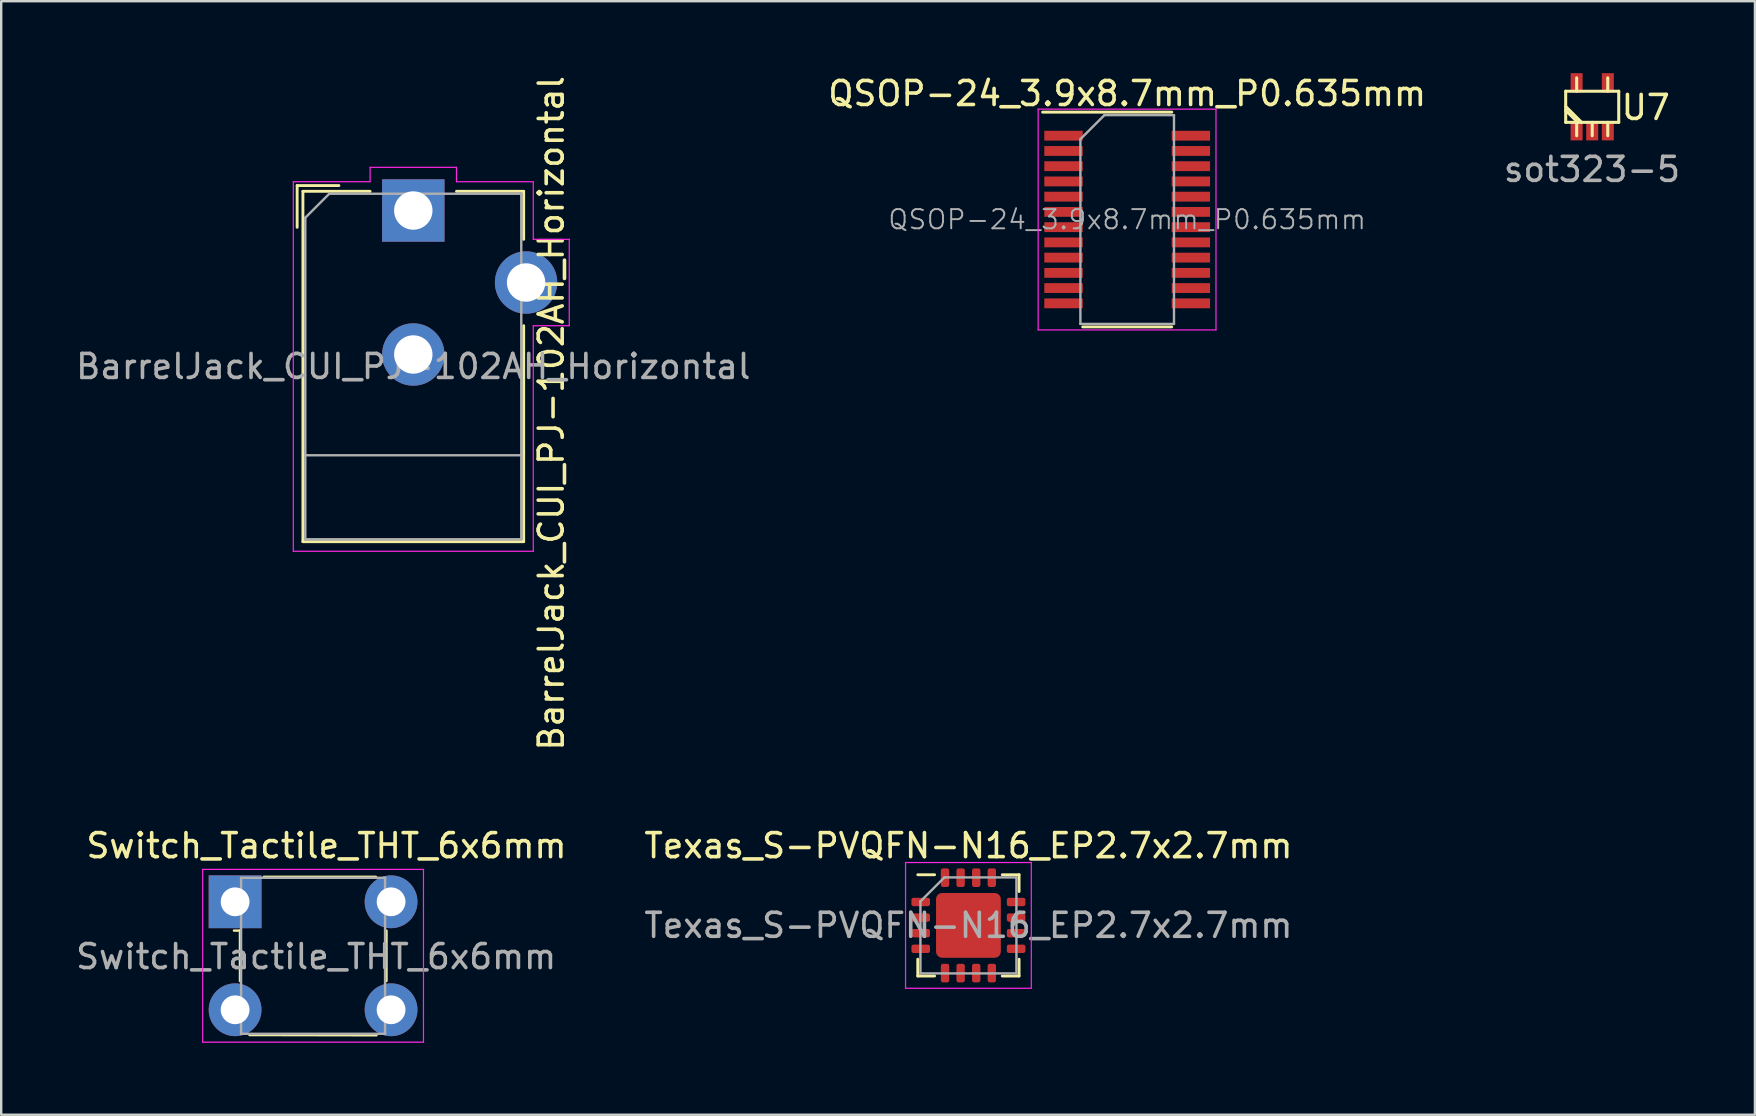
<source format=kicad_pcb>
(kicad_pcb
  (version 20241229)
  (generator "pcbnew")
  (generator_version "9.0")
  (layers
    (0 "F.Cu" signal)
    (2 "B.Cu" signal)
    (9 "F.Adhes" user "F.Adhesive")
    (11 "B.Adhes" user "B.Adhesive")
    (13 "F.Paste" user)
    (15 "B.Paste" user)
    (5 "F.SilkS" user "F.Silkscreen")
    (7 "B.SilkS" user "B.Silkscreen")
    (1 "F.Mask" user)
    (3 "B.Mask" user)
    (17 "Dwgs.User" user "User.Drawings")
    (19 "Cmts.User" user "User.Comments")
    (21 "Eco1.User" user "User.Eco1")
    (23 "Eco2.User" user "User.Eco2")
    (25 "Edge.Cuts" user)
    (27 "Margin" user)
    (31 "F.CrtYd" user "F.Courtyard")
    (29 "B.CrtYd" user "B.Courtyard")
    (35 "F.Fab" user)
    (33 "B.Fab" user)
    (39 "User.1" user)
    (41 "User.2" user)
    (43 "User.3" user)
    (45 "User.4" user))
  (footprint "Switch_Tactile_THT_6x6mm"
    (layer "F.Cu")
    (at 6.747 34.53)
    (property "Reference" "Switch_Tactile_THT_6x6mm" (at 3.81 -2.337 0) (layer "F.SilkS") (effects (font (size 1 1) (thickness 0.15))))
    (attr through_hole)
    (fp_line (start 0.203 1.194) (end 0.203 3.302) (stroke (width 0.1) (type solid)) (layer "F.SilkS"))
    (fp_line (start 0.203 1.2) (end -0.047 1.2) (stroke (width 0.1) (type solid)) (layer "F.SilkS"))
    (fp_line (start 1.2 -1.041) (end 5.867 -1.041) (stroke (width 0.1) (type solid)) (layer "F.SilkS"))
    (fp_line (start 5.893 5.563) (end 0.6 5.553) (stroke (width 0.1) (type solid)) (layer "F.SilkS"))
    (fp_line (start 6.309 1.205) (end 6.309 3.3) (stroke (width 0.1) (type solid)) (layer "F.SilkS"))
    (fp_line (start -1.35 -1.35) (end -1.35 5.85) (stroke (width 0.05) (type solid)) (layer "F.CrtYd"))
    (fp_line (start 7.85 -1.35) (end -1.35 -1.35) (stroke (width 0.05) (type solid)) (layer "F.CrtYd"))
    (fp_line (start 7.85 -1.35) (end 7.85 5.85) (stroke (width 0.05) (type solid)) (layer "F.CrtYd"))
    (fp_line (start 7.85 5.85) (end -1.35 5.85) (stroke (width 0.05) (type solid)) (layer "F.CrtYd"))
    (fp_line (start 0.25 -1) (end 0.25 5.5) (stroke (width 0.1) (type solid)) (layer "F.Fab"))
    (fp_line (start 0.25 -1) (end 6.25 -1) (stroke (width 0.1) (type solid)) (layer "F.Fab"))
    (fp_line (start 6.25 -1) (end 6.25 5.5) (stroke (width 0.1) (type solid)) (layer "F.Fab"))
    (fp_line (start 6.25 5.5) (end 0.25 5.5) (stroke (width 0.1) (type solid)) (layer "F.Fab"))
    (fp_text user "${REFERENCE}" (at 3.378 2.286 0) (layer "F.Fab") (effects (font (size 1 1) (thickness 0.15))))
    (pad "1" thru_hole rect (at 0 0) (size 2.2 2.2) (drill 1.2) (layers "*.Cu" "*.Mask"))
    (pad "2" thru_hole circle (at 6.5 0) (size 2.2 2.2) (drill 1.2) (layers "*.Cu" "*.Mask"))
    (pad "3" thru_hole circle (at 0 4.5) (size 2.2 2.2) (drill 1.2) (layers "*.Cu" "*.Mask"))
    (pad "4" thru_hole circle (at 6.5 4.5) (size 2.2 2.2) (drill 1.2) (layers "*.Cu" "*.Mask")))
  (footprint "Texas_S-PVQFN-N16_EP2.7x2.7mm"
    (layer "F.Cu")
    (at 37.307 35.513)
    (property "Reference" "Texas_S-PVQFN-N16_EP2.7x2.7mm" (at 0 -3.32 0) (layer "F.SilkS") (effects (font (size 1 1) (thickness 0.15))))
    (attr smd)
    (fp_line (start -2.11 2.11) (end -2.11 1.41) (stroke (width 0.12) (type solid)) (layer "F.SilkS"))
    (fp_line (start -1.41 -2.11) (end -2.11 -2.11) (stroke (width 0.12) (type solid)) (layer "F.SilkS"))
    (fp_line (start -1.41 2.11) (end -2.11 2.11) (stroke (width 0.12) (type solid)) (layer "F.SilkS"))
    (fp_line (start 1.41 -2.11) (end 2.11 -2.11) (stroke (width 0.12) (type solid)) (layer "F.SilkS"))
    (fp_line (start 1.41 2.11) (end 2.11 2.11) (stroke (width 0.12) (type solid)) (layer "F.SilkS"))
    (fp_line (start 2.11 -2.11) (end 2.11 -1.41) (stroke (width 0.12) (type solid)) (layer "F.SilkS"))
    (fp_line (start 2.11 2.11) (end 2.11 1.41) (stroke (width 0.12) (type solid)) (layer "F.SilkS"))
    (fp_line (start -2.62 -2.62) (end -2.62 2.62) (stroke (width 0.05) (type solid)) (layer "F.CrtYd"))
    (fp_line (start -2.62 2.62) (end 2.62 2.62) (stroke (width 0.05) (type solid)) (layer "F.CrtYd"))
    (fp_line (start 2.62 -2.62) (end -2.62 -2.62) (stroke (width 0.05) (type solid)) (layer "F.CrtYd"))
    (fp_line (start 2.62 2.62) (end 2.62 -2.62) (stroke (width 0.05) (type solid)) (layer "F.CrtYd"))
    (fp_line (start -2 -1) (end -1 -2) (stroke (width 0.1) (type solid)) (layer "F.Fab"))
    (fp_line (start -2 2) (end -2 -1) (stroke (width 0.1) (type solid)) (layer "F.Fab"))
    (fp_line (start -1 -2) (end 2 -2) (stroke (width 0.1) (type solid)) (layer "F.Fab"))
    (fp_line (start 2 -2) (end 2 2) (stroke (width 0.1) (type solid)) (layer "F.Fab"))
    (fp_line (start 2 2) (end -2 2) (stroke (width 0.1) (type solid)) (layer "F.Fab"))
    (fp_text user "${REFERENCE}" (at 0 0 0) (layer "F.Fab") (effects (font (size 1 1) (thickness 0.15))))
    (pad "" smd roundrect (at -0.9 -0.9) (size 0.73 0.73) (layers "F.Paste") (roundrect_rratio 0.25))
    (pad "" smd roundrect (at -0.9 0) (size 0.73 0.73) (layers "F.Paste") (roundrect_rratio 0.25))
    (pad "" smd roundrect (at -0.9 0.9) (size 0.73 0.73) (layers "F.Paste") (roundrect_rratio 0.25))
    (pad "" smd roundrect (at 0 -0.9) (size 0.73 0.73) (layers "F.Paste") (roundrect_rratio 0.25))
    (pad "" smd roundrect (at 0 0) (size 0.73 0.73) (layers "F.Paste") (roundrect_rratio 0.25))
    (pad "" smd roundrect (at 0 0.9) (size 0.73 0.73) (layers "F.Paste") (roundrect_rratio 0.25))
    (pad "" smd roundrect (at 0.9 -0.9) (size 0.73 0.73) (layers "F.Paste") (roundrect_rratio 0.25))
    (pad "" smd roundrect (at 0.9 0) (size 0.73 0.73) (layers "F.Paste") (roundrect_rratio 0.25))
    (pad "" smd roundrect (at 0.9 0.9) (size 0.73 0.73) (layers "F.Paste") (roundrect_rratio 0.25))
    (pad "1" smd roundrect (at -1.988 -0.975) (size 0.775 0.35) (layers "F.Cu" "F.Mask" "F.Paste") (roundrect_rratio 0.25))
    (pad "2" smd roundrect (at -1.988 -0.325) (size 0.775 0.35) (layers "F.Cu" "F.Mask" "F.Paste") (roundrect_rratio 0.25))
    (pad "3" smd roundrect (at -1.988 0.325) (size 0.775 0.35) (layers "F.Cu" "F.Mask" "F.Paste") (roundrect_rratio 0.25))
    (pad "4" smd roundrect (at -1.988 0.975) (size 0.775 0.35) (layers "F.Cu" "F.Mask" "F.Paste") (roundrect_rratio 0.25))
    (pad "5" smd roundrect (at -0.975 1.988) (size 0.35 0.775) (layers "F.Cu" "F.Mask" "F.Paste") (roundrect_rratio 0.25))
    (pad "6" smd roundrect (at -0.325 1.988) (size 0.35 0.775) (layers "F.Cu" "F.Mask" "F.Paste") (roundrect_rratio 0.25))
    (pad "7" smd roundrect (at 0.325 1.988) (size 0.35 0.775) (layers "F.Cu" "F.Mask" "F.Paste") (roundrect_rratio 0.25))
    (pad "8" smd roundrect (at 0.975 1.988) (size 0.35 0.775) (layers "F.Cu" "F.Mask" "F.Paste") (roundrect_rratio 0.25))
    (pad "9" smd roundrect (at 1.988 0.975) (size 0.775 0.35) (layers "F.Cu" "F.Mask" "F.Paste") (roundrect_rratio 0.25))
    (pad "10" smd roundrect (at 1.988 0.325) (size 0.775 0.35) (layers "F.Cu" "F.Mask" "F.Paste") (roundrect_rratio 0.25))
    (pad "11" smd roundrect (at 1.988 -0.325) (size 0.775 0.35) (layers "F.Cu" "F.Mask" "F.Paste") (roundrect_rratio 0.25))
    (pad "12" smd roundrect (at 1.988 -0.975) (size 0.775 0.35) (layers "F.Cu" "F.Mask" "F.Paste") (roundrect_rratio 0.25))
    (pad "13" smd roundrect (at 0.975 -1.988) (size 0.35 0.775) (layers "F.Cu" "F.Mask" "F.Paste") (roundrect_rratio 0.25))
    (pad "14" smd roundrect (at 0.325 -1.988) (size 0.35 0.775) (layers "F.Cu" "F.Mask" "F.Paste") (roundrect_rratio 0.25))
    (pad "15" smd roundrect (at -0.325 -1.988) (size 0.35 0.775) (layers "F.Cu" "F.Mask" "F.Paste") (roundrect_rratio 0.25))
    (pad "16" smd roundrect (at -0.975 -1.988) (size 0.35 0.775) (layers "F.Cu" "F.Mask" "F.Paste") (roundrect_rratio 0.25))
    (pad "17" smd roundrect (at 0 0) (size 2.7 2.7) (layers "F.Cu" "F.Mask") (roundrect_rratio 0.093)))
  (footprint "QSOP-24_3.9x8.7mm_P0.635mm"
    (layer "F.Cu")
    (at 43.923 6.098)
    (property "Reference" "QSOP-24_3.9x8.7mm_P0.635mm" (at 0 -5.25 0) (layer "F.SilkS") (effects (font (size 1 1) (thickness 0.15))))
    (attr smd)
    (fp_line (start -3.525 -4.475) (end 1.859 -4.475) (stroke (width 0.12) (type solid)) (layer "F.SilkS"))
    (fp_line (start -1.854 4.475) (end 1.854 4.475) (stroke (width 0.12) (type solid)) (layer "F.SilkS"))
    (fp_line (start -3.71 -4.6) (end -3.71 4.6) (stroke (width 0.05) (type solid)) (layer "F.CrtYd"))
    (fp_line (start -3.71 -4.6) (end 3.7 -4.6) (stroke (width 0.05) (type solid)) (layer "F.CrtYd"))
    (fp_line (start -3.71 4.6) (end 3.7 4.6) (stroke (width 0.05) (type solid)) (layer "F.CrtYd"))
    (fp_line (start 3.7 -4.6) (end 3.7 4.6) (stroke (width 0.05) (type solid)) (layer "F.CrtYd"))
    (fp_line (start -1.95 -3.35) (end -0.95 -4.35) (stroke (width 0.1) (type solid)) (layer "F.Fab"))
    (fp_line (start -1.95 4.35) (end -1.95 -3.35) (stroke (width 0.1) (type solid)) (layer "F.Fab"))
    (fp_line (start -0.95 -4.35) (end 1.95 -4.35) (stroke (width 0.1) (type solid)) (layer "F.Fab"))
    (fp_line (start 1.95 -4.35) (end 1.95 4.35) (stroke (width 0.1) (type solid)) (layer "F.Fab"))
    (fp_line (start 1.95 4.35) (end -1.95 4.35) (stroke (width 0.1) (type solid)) (layer "F.Fab"))
    (fp_text user "${REFERENCE}" (at 0 0 0) (layer "F.Fab") (effects (font (size 0.8 0.8) (thickness 0.08))))
    (pad "1" smd rect (at -2.654 -3.493) (size 1.6 0.41) (layers "F.Cu" "F.Mask" "F.Paste"))
    (pad "2" smd rect (at -2.654 -2.857) (size 1.6 0.41) (layers "F.Cu" "F.Mask" "F.Paste"))
    (pad "3" smd rect (at -2.654 -2.223) (size 1.6 0.41) (layers "F.Cu" "F.Mask" "F.Paste"))
    (pad "4" smd rect (at -2.654 -1.587) (size 1.6 0.41) (layers "F.Cu" "F.Mask" "F.Paste"))
    (pad "5" smd rect (at -2.654 -0.953) (size 1.6 0.41) (layers "F.Cu" "F.Mask" "F.Paste"))
    (pad "6" smd rect (at -2.654 -0.318) (size 1.6 0.41) (layers "F.Cu" "F.Mask" "F.Paste"))
    (pad "7" smd rect (at -2.654 0.318) (size 1.6 0.41) (layers "F.Cu" "F.Mask" "F.Paste"))
    (pad "8" smd rect (at -2.654 0.953) (size 1.6 0.41) (layers "F.Cu" "F.Mask" "F.Paste"))
    (pad "9" smd rect (at -2.654 1.587) (size 1.6 0.41) (layers "F.Cu" "F.Mask" "F.Paste"))
    (pad "10" smd rect (at -2.654 2.223) (size 1.6 0.41) (layers "F.Cu" "F.Mask" "F.Paste"))
    (pad "11" smd rect (at -2.654 2.857) (size 1.6 0.41) (layers "F.Cu" "F.Mask" "F.Paste"))
    (pad "12" smd rect (at -2.654 3.493) (size 1.6 0.41) (layers "F.Cu" "F.Mask" "F.Paste"))
    (pad "13" smd rect (at 2.654 3.493) (size 1.6 0.41) (layers "F.Cu" "F.Mask" "F.Paste"))
    (pad "14" smd rect (at 2.654 2.857) (size 1.6 0.41) (layers "F.Cu" "F.Mask" "F.Paste"))
    (pad "15" smd rect (at 2.654 2.223) (size 1.6 0.41) (layers "F.Cu" "F.Mask" "F.Paste"))
    (pad "16" smd rect (at 2.654 1.587) (size 1.6 0.41) (layers "F.Cu" "F.Mask" "F.Paste"))
    (pad "17" smd rect (at 2.654 0.953) (size 1.6 0.41) (layers "F.Cu" "F.Mask" "F.Paste"))
    (pad "18" smd rect (at 2.654 0.318) (size 1.6 0.41) (layers "F.Cu" "F.Mask" "F.Paste"))
    (pad "19" smd rect (at 2.654 -0.318) (size 1.6 0.41) (layers "F.Cu" "F.Mask" "F.Paste"))
    (pad "20" smd rect (at 2.654 -0.953) (size 1.6 0.41) (layers "F.Cu" "F.Mask" "F.Paste"))
    (pad "21" smd rect (at 2.654 -1.587) (size 1.6 0.41) (layers "F.Cu" "F.Mask" "F.Paste"))
    (pad "22" smd rect (at 2.654 -2.223) (size 1.6 0.41) (layers "F.Cu" "F.Mask" "F.Paste"))
    (pad "23" smd rect (at 2.654 -2.857) (size 1.6 0.41) (layers "F.Cu" "F.Mask" "F.Paste"))
    (pad "24" smd rect (at 2.654 -3.493) (size 1.6 0.41) (layers "F.Cu" "F.Mask" "F.Paste")))
  (footprint "sot323-5"
    (layer "F.Cu")
    (at 63.302 1.4)
    (property "Reference" "sot323-5" (at -0.01 2.61 0) (layer "F.Fab") (effects (font (size 1 1) (thickness 0.15))))
    (attr through_hole)
    (fp_line (start -1.105 -0.648) (end 1.105 -0.648) (stroke (width 0.127) (type solid)) (layer "F.SilkS"))
    (fp_line (start -1.105 0.648) (end -1.105 -0.648) (stroke (width 0.127) (type solid)) (layer "F.SilkS"))
    (fp_line (start -0.648 -0.648) (end -0.648 -1.206) (stroke (width 0.127) (type solid)) (layer "F.SilkS"))
    (fp_line (start -0.648 0.648) (end -0.648 1.206) (stroke (width 0.127) (type solid)) (layer "F.SilkS"))
    (fp_line (start -0.597 0.648) (end -1.105 0.152) (stroke (width 0.127) (type solid)) (layer "F.SilkS"))
    (fp_line (start -0.445 0.648) (end -1.105 -0.013) (stroke (width 0.127) (type solid)) (layer "F.SilkS"))
    (fp_line (start 0 0.648) (end 0 1.206) (stroke (width 0.127) (type solid)) (layer "F.SilkS"))
    (fp_line (start 0.648 -0.648) (end 0.648 -1.206) (stroke (width 0.127) (type solid)) (layer "F.SilkS"))
    (fp_line (start 0.648 0.648) (end 0.648 1.206) (stroke (width 0.127) (type solid)) (layer "F.SilkS"))
    (fp_line (start 1.105 -0.648) (end 1.105 0.648) (stroke (width 0.127) (type solid)) (layer "F.SilkS"))
    (fp_line (start 1.105 0.648) (end -1.105 0.648) (stroke (width 0.127) (type solid)) (layer "F.SilkS"))
    (fp_text user "U7" (at 2.23 0.03 0) (layer "F.SilkS") (effects (font (size 1 1) (thickness 0.15))))
    (pad "1" smd rect (at -0.65 1) (size 0.5 0.8) (layers "F.Cu" "F.Mask" "F.Paste"))
    (pad "2" smd rect (at 0 1) (size 0.5 0.8) (layers "F.Cu" "F.Mask" "F.Paste"))
    (pad "3" smd rect (at 0.65 1) (size 0.5 0.8) (layers "F.Cu" "F.Mask" "F.Paste"))
    (pad "4" smd rect (at 0.65 -1) (size 0.5 0.8) (layers "F.Cu" "F.Mask" "F.Paste"))
    (pad "5" smd rect (at -0.65 -1) (size 0.5 0.8) (layers "F.Cu" "F.Mask" "F.Paste")))
  (footprint "BarrelJack_CUI_PJ-102AH_Horizontal"
    (layer "F.Cu")
    (at 14.173 5.723)
    (property "Reference" "BarrelJack_CUI_PJ-102AH_Horizontal" (at 5.75 8.45 90) (layer "F.SilkS") (effects (font (size 1 1) (thickness 0.15))))
    (attr through_hole)
    (fp_line (start -4.84 -1.04) (end -3.1 -1.04) (stroke (width 0.12) (type solid)) (layer "F.SilkS"))
    (fp_line (start -4.84 0.7) (end -4.84 -1.04) (stroke (width 0.12) (type solid)) (layer "F.SilkS"))
    (fp_line (start -4.6 -0.8) (end -1.8 -0.8) (stroke (width 0.12) (type solid)) (layer "F.SilkS"))
    (fp_line (start -4.6 13.8) (end -4.6 -0.8) (stroke (width 0.12) (type solid)) (layer "F.SilkS"))
    (fp_line (start 1.8 -0.8) (end 4.6 -0.8) (stroke (width 0.12) (type solid)) (layer "F.SilkS"))
    (fp_line (start 4.6 -0.8) (end 4.6 1.2) (stroke (width 0.12) (type solid)) (layer "F.SilkS"))
    (fp_line (start 4.6 4.8) (end 4.6 13.8) (stroke (width 0.12) (type solid)) (layer "F.SilkS"))
    (fp_line (start 4.6 13.8) (end -4.6 13.8) (stroke (width 0.12) (type solid)) (layer "F.SilkS"))
    (fp_line (start -5 -1.2) (end -1.8 -1.2) (stroke (width 0.05) (type solid)) (layer "F.CrtYd"))
    (fp_line (start -5 14.2) (end -5 -1.2) (stroke (width 0.05) (type solid)) (layer "F.CrtYd"))
    (fp_line (start -1.8 -1.8) (end 1.8 -1.8) (stroke (width 0.05) (type solid)) (layer "F.CrtYd"))
    (fp_line (start -1.8 -1.2) (end -1.8 -1.8) (stroke (width 0.05) (type solid)) (layer "F.CrtYd"))
    (fp_line (start 1.8 -1.8) (end 1.8 -1.2) (stroke (width 0.05) (type solid)) (layer "F.CrtYd"))
    (fp_line (start 1.8 -1.2) (end 5 -1.2) (stroke (width 0.05) (type solid)) (layer "F.CrtYd"))
    (fp_line (start 5 -1.2) (end 5 1.2) (stroke (width 0.05) (type solid)) (layer "F.CrtYd"))
    (fp_line (start 5 1.2) (end 6.5 1.2) (stroke (width 0.05) (type solid)) (layer "F.CrtYd"))
    (fp_line (start 5 4.8) (end 5 14.2) (stroke (width 0.05) (type solid)) (layer "F.CrtYd"))
    (fp_line (start 5 14.2) (end -5 14.2) (stroke (width 0.05) (type solid)) (layer "F.CrtYd"))
    (fp_line (start 6.5 1.2) (end 6.5 4.8) (stroke (width 0.05) (type solid)) (layer "F.CrtYd"))
    (fp_line (start 6.5 4.8) (end 5 4.8) (stroke (width 0.05) (type solid)) (layer "F.CrtYd"))
    (fp_line (start -4.5 0.3) (end -3.5 -0.7) (stroke (width 0.1) (type solid)) (layer "F.Fab"))
    (fp_line (start -4.5 10.2) (end 4.5 10.2) (stroke (width 0.1) (type solid)) (layer "F.Fab"))
    (fp_line (start -4.5 13.7) (end -4.5 0.3) (stroke (width 0.1) (type solid)) (layer "F.Fab"))
    (fp_line (start -3.5 -0.7) (end 4.5 -0.7) (stroke (width 0.1) (type solid)) (layer "F.Fab"))
    (fp_line (start 4.5 -0.7) (end 4.5 13.7) (stroke (width 0.1) (type solid)) (layer "F.Fab"))
    (fp_line (start 4.5 13.7) (end -4.5 13.7) (stroke (width 0.1) (type solid)) (layer "F.Fab"))
    (fp_text user "${REFERENCE}" (at 0 6.5 0) (layer "F.Fab") (effects (font (size 1 1) (thickness 0.15))))
    (pad "1" thru_hole rect (at 0 0) (size 2.6 2.6) (drill 1.6) (layers "*.Cu" "*.Mask"))
    (pad "2" thru_hole circle (at 0 6) (size 2.6 2.6) (drill 1.6) (layers "*.Cu" "*.Mask"))
    (pad "3" thru_hole circle (at 4.7 3) (size 2.6 2.6) (drill 1.6) (layers "*.Cu" "*.Mask")))
  (gr_rect
    (start -3 -3)
    (end 70.083 43.405)
    (stroke (width 0.1) (type default))
    (fill no)
    (layer "Edge.Cuts")))
</source>
